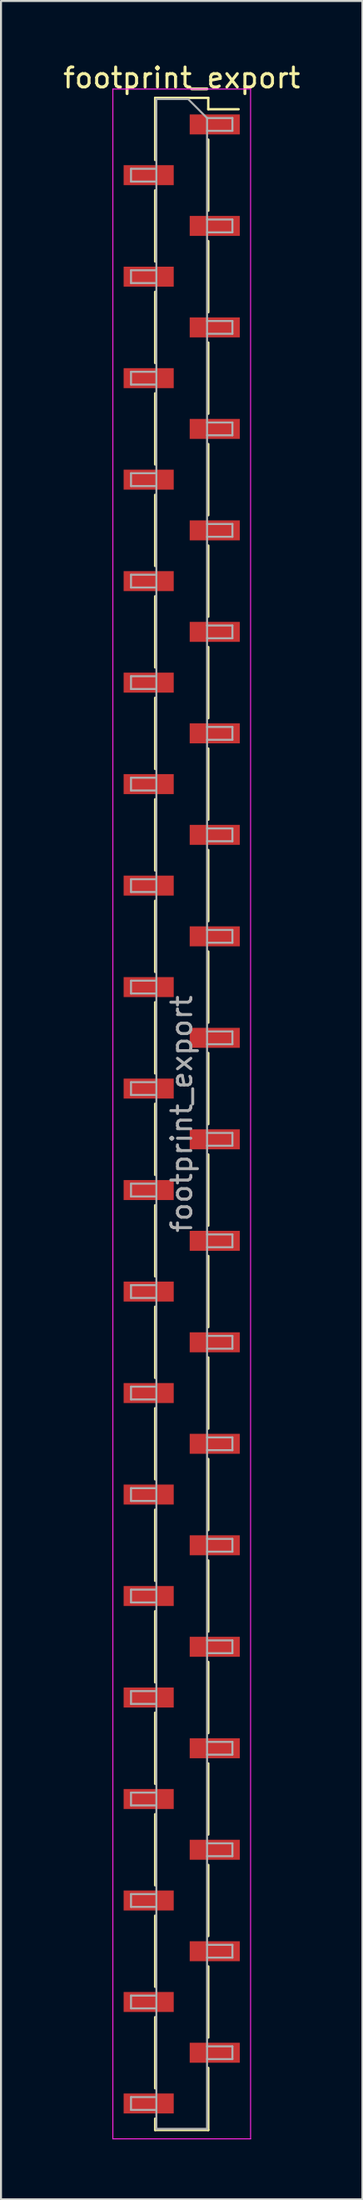
<source format=kicad_pcb>
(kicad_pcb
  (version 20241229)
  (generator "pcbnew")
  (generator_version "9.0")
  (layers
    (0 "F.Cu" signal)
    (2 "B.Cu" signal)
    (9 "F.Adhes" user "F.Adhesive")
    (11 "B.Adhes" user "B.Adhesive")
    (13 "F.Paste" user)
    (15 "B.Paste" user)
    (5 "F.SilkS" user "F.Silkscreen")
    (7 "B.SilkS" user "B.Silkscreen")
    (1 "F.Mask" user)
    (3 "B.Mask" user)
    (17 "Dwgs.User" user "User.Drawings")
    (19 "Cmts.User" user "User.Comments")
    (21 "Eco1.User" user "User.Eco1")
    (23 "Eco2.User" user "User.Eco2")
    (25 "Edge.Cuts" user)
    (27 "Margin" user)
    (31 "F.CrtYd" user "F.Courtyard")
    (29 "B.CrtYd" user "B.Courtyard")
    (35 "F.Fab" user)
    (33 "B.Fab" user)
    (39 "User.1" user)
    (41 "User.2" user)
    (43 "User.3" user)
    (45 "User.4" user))
  (footprint "footprint_export"
    (layer "F.Cu")
    (at 6.054 52.708)
    (property "Reference" "footprint_export" (at 0 -51.86 0) (layer "F.SilkS") (effects (font (size 1 1) (thickness 0.15))))
    (attr smd)
    (fp_line (start -1.33 -50.86) (end -1.33 -47.75) (stroke (width 0.12) (type solid)) (layer "F.SilkS"))
    (fp_line (start -1.33 -50.86) (end 1.33 -50.86) (stroke (width 0.12) (type solid)) (layer "F.SilkS"))
    (fp_line (start -1.33 -46.23) (end -1.33 -42.67) (stroke (width 0.12) (type solid)) (layer "F.SilkS"))
    (fp_line (start -1.33 -41.15) (end -1.33 -37.59) (stroke (width 0.12) (type solid)) (layer "F.SilkS"))
    (fp_line (start -1.33 -36.07) (end -1.33 -32.51) (stroke (width 0.12) (type solid)) (layer "F.SilkS"))
    (fp_line (start -1.33 -30.99) (end -1.33 -27.43) (stroke (width 0.12) (type solid)) (layer "F.SilkS"))
    (fp_line (start -1.33 -25.91) (end -1.33 -22.35) (stroke (width 0.12) (type solid)) (layer "F.SilkS"))
    (fp_line (start -1.33 -20.83) (end -1.33 -17.27) (stroke (width 0.12) (type solid)) (layer "F.SilkS"))
    (fp_line (start -1.33 -15.75) (end -1.33 -12.19) (stroke (width 0.12) (type solid)) (layer "F.SilkS"))
    (fp_line (start -1.33 -10.67) (end -1.33 -7.11) (stroke (width 0.12) (type solid)) (layer "F.SilkS"))
    (fp_line (start -1.33 -5.59) (end -1.33 -2.03) (stroke (width 0.12) (type solid)) (layer "F.SilkS"))
    (fp_line (start -1.33 -0.51) (end -1.33 3.05) (stroke (width 0.12) (type solid)) (layer "F.SilkS"))
    (fp_line (start -1.33 4.57) (end -1.33 8.13) (stroke (width 0.12) (type solid)) (layer "F.SilkS"))
    (fp_line (start -1.33 9.65) (end -1.33 13.21) (stroke (width 0.12) (type solid)) (layer "F.SilkS"))
    (fp_line (start -1.33 14.73) (end -1.33 18.29) (stroke (width 0.12) (type solid)) (layer "F.SilkS"))
    (fp_line (start -1.33 19.81) (end -1.33 23.37) (stroke (width 0.12) (type solid)) (layer "F.SilkS"))
    (fp_line (start -1.33 24.89) (end -1.33 28.45) (stroke (width 0.12) (type solid)) (layer "F.SilkS"))
    (fp_line (start -1.33 29.97) (end -1.33 33.53) (stroke (width 0.12) (type solid)) (layer "F.SilkS"))
    (fp_line (start -1.33 35.05) (end -1.33 38.61) (stroke (width 0.12) (type solid)) (layer "F.SilkS"))
    (fp_line (start -1.33 40.13) (end -1.33 43.69) (stroke (width 0.12) (type solid)) (layer "F.SilkS"))
    (fp_line (start -1.33 45.21) (end -1.33 48.77) (stroke (width 0.12) (type solid)) (layer "F.SilkS"))
    (fp_line (start -1.33 50.29) (end -1.33 50.86) (stroke (width 0.12) (type solid)) (layer "F.SilkS"))
    (fp_line (start -1.33 50.86) (end 1.33 50.86) (stroke (width 0.12) (type solid)) (layer "F.SilkS"))
    (fp_line (start 1.33 -50.86) (end 1.33 -50.29) (stroke (width 0.12) (type solid)) (layer "F.SilkS"))
    (fp_line (start 1.33 -50.29) (end 2.85 -50.29) (stroke (width 0.12) (type solid)) (layer "F.SilkS"))
    (fp_line (start 1.33 -48.77) (end 1.33 -45.21) (stroke (width 0.12) (type solid)) (layer "F.SilkS"))
    (fp_line (start 1.33 -43.69) (end 1.33 -40.13) (stroke (width 0.12) (type solid)) (layer "F.SilkS"))
    (fp_line (start 1.33 -38.61) (end 1.33 -35.05) (stroke (width 0.12) (type solid)) (layer "F.SilkS"))
    (fp_line (start 1.33 -33.53) (end 1.33 -29.97) (stroke (width 0.12) (type solid)) (layer "F.SilkS"))
    (fp_line (start 1.33 -28.45) (end 1.33 -24.89) (stroke (width 0.12) (type solid)) (layer "F.SilkS"))
    (fp_line (start 1.33 -23.37) (end 1.33 -19.81) (stroke (width 0.12) (type solid)) (layer "F.SilkS"))
    (fp_line (start 1.33 -18.29) (end 1.33 -14.73) (stroke (width 0.12) (type solid)) (layer "F.SilkS"))
    (fp_line (start 1.33 -13.21) (end 1.33 -9.65) (stroke (width 0.12) (type solid)) (layer "F.SilkS"))
    (fp_line (start 1.33 -8.13) (end 1.33 -4.57) (stroke (width 0.12) (type solid)) (layer "F.SilkS"))
    (fp_line (start 1.33 -3.05) (end 1.33 0.51) (stroke (width 0.12) (type solid)) (layer "F.SilkS"))
    (fp_line (start 1.33 2.03) (end 1.33 5.59) (stroke (width 0.12) (type solid)) (layer "F.SilkS"))
    (fp_line (start 1.33 7.11) (end 1.33 10.67) (stroke (width 0.12) (type solid)) (layer "F.SilkS"))
    (fp_line (start 1.33 12.19) (end 1.33 15.75) (stroke (width 0.12) (type solid)) (layer "F.SilkS"))
    (fp_line (start 1.33 17.27) (end 1.33 20.83) (stroke (width 0.12) (type solid)) (layer "F.SilkS"))
    (fp_line (start 1.33 22.35) (end 1.33 25.91) (stroke (width 0.12) (type solid)) (layer "F.SilkS"))
    (fp_line (start 1.33 27.43) (end 1.33 30.99) (stroke (width 0.12) (type solid)) (layer "F.SilkS"))
    (fp_line (start 1.33 32.51) (end 1.33 36.07) (stroke (width 0.12) (type solid)) (layer "F.SilkS"))
    (fp_line (start 1.33 37.59) (end 1.33 41.15) (stroke (width 0.12) (type solid)) (layer "F.SilkS"))
    (fp_line (start 1.33 42.67) (end 1.33 46.23) (stroke (width 0.12) (type solid)) (layer "F.SilkS"))
    (fp_line (start 1.33 47.75) (end 1.33 50.86) (stroke (width 0.12) (type solid)) (layer "F.SilkS"))
    (fp_line (start -3.45 -51.3) (end -3.45 51.3) (stroke (width 0.05) (type solid)) (layer "F.CrtYd"))
    (fp_line (start -3.45 51.3) (end 3.45 51.3) (stroke (width 0.05) (type solid)) (layer "F.CrtYd"))
    (fp_line (start 3.45 -51.3) (end -3.45 -51.3) (stroke (width 0.05) (type solid)) (layer "F.CrtYd"))
    (fp_line (start 3.45 51.3) (end 3.45 -51.3) (stroke (width 0.05) (type solid)) (layer "F.CrtYd"))
    (fp_line (start -2.54 -47.31) (end -2.54 -46.67) (stroke (width 0.1) (type solid)) (layer "F.Fab"))
    (fp_line (start -2.54 -46.67) (end -1.27 -46.67) (stroke (width 0.1) (type solid)) (layer "F.Fab"))
    (fp_line (start -2.54 -42.23) (end -2.54 -41.59) (stroke (width 0.1) (type solid)) (layer "F.Fab"))
    (fp_line (start -2.54 -41.59) (end -1.27 -41.59) (stroke (width 0.1) (type solid)) (layer "F.Fab"))
    (fp_line (start -2.54 -37.15) (end -2.54 -36.51) (stroke (width 0.1) (type solid)) (layer "F.Fab"))
    (fp_line (start -2.54 -36.51) (end -1.27 -36.51) (stroke (width 0.1) (type solid)) (layer "F.Fab"))
    (fp_line (start -2.54 -32.07) (end -2.54 -31.43) (stroke (width 0.1) (type solid)) (layer "F.Fab"))
    (fp_line (start -2.54 -31.43) (end -1.27 -31.43) (stroke (width 0.1) (type solid)) (layer "F.Fab"))
    (fp_line (start -2.54 -26.99) (end -2.54 -26.35) (stroke (width 0.1) (type solid)) (layer "F.Fab"))
    (fp_line (start -2.54 -26.35) (end -1.27 -26.35) (stroke (width 0.1) (type solid)) (layer "F.Fab"))
    (fp_line (start -2.54 -21.91) (end -2.54 -21.27) (stroke (width 0.1) (type solid)) (layer "F.Fab"))
    (fp_line (start -2.54 -21.27) (end -1.27 -21.27) (stroke (width 0.1) (type solid)) (layer "F.Fab"))
    (fp_line (start -2.54 -16.83) (end -2.54 -16.19) (stroke (width 0.1) (type solid)) (layer "F.Fab"))
    (fp_line (start -2.54 -16.19) (end -1.27 -16.19) (stroke (width 0.1) (type solid)) (layer "F.Fab"))
    (fp_line (start -2.54 -11.75) (end -2.54 -11.11) (stroke (width 0.1) (type solid)) (layer "F.Fab"))
    (fp_line (start -2.54 -11.11) (end -1.27 -11.11) (stroke (width 0.1) (type solid)) (layer "F.Fab"))
    (fp_line (start -2.54 -6.67) (end -2.54 -6.03) (stroke (width 0.1) (type solid)) (layer "F.Fab"))
    (fp_line (start -2.54 -6.03) (end -1.27 -6.03) (stroke (width 0.1) (type solid)) (layer "F.Fab"))
    (fp_line (start -2.54 -1.59) (end -2.54 -0.95) (stroke (width 0.1) (type solid)) (layer "F.Fab"))
    (fp_line (start -2.54 -0.95) (end -1.27 -0.95) (stroke (width 0.1) (type solid)) (layer "F.Fab"))
    (fp_line (start -2.54 3.49) (end -2.54 4.13) (stroke (width 0.1) (type solid)) (layer "F.Fab"))
    (fp_line (start -2.54 4.13) (end -1.27 4.13) (stroke (width 0.1) (type solid)) (layer "F.Fab"))
    (fp_line (start -2.54 8.57) (end -2.54 9.21) (stroke (width 0.1) (type solid)) (layer "F.Fab"))
    (fp_line (start -2.54 9.21) (end -1.27 9.21) (stroke (width 0.1) (type solid)) (layer "F.Fab"))
    (fp_line (start -2.54 13.65) (end -2.54 14.29) (stroke (width 0.1) (type solid)) (layer "F.Fab"))
    (fp_line (start -2.54 14.29) (end -1.27 14.29) (stroke (width 0.1) (type solid)) (layer "F.Fab"))
    (fp_line (start -2.54 18.73) (end -2.54 19.37) (stroke (width 0.1) (type solid)) (layer "F.Fab"))
    (fp_line (start -2.54 19.37) (end -1.27 19.37) (stroke (width 0.1) (type solid)) (layer "F.Fab"))
    (fp_line (start -2.54 23.81) (end -2.54 24.45) (stroke (width 0.1) (type solid)) (layer "F.Fab"))
    (fp_line (start -2.54 24.45) (end -1.27 24.45) (stroke (width 0.1) (type solid)) (layer "F.Fab"))
    (fp_line (start -2.54 28.89) (end -2.54 29.53) (stroke (width 0.1) (type solid)) (layer "F.Fab"))
    (fp_line (start -2.54 29.53) (end -1.27 29.53) (stroke (width 0.1) (type solid)) (layer "F.Fab"))
    (fp_line (start -2.54 33.97) (end -2.54 34.61) (stroke (width 0.1) (type solid)) (layer "F.Fab"))
    (fp_line (start -2.54 34.61) (end -1.27 34.61) (stroke (width 0.1) (type solid)) (layer "F.Fab"))
    (fp_line (start -2.54 39.05) (end -2.54 39.69) (stroke (width 0.1) (type solid)) (layer "F.Fab"))
    (fp_line (start -2.54 39.69) (end -1.27 39.69) (stroke (width 0.1) (type solid)) (layer "F.Fab"))
    (fp_line (start -2.54 44.13) (end -2.54 44.77) (stroke (width 0.1) (type solid)) (layer "F.Fab"))
    (fp_line (start -2.54 44.77) (end -1.27 44.77) (stroke (width 0.1) (type solid)) (layer "F.Fab"))
    (fp_line (start -2.54 49.21) (end -2.54 49.85) (stroke (width 0.1) (type solid)) (layer "F.Fab"))
    (fp_line (start -2.54 49.85) (end -1.27 49.85) (stroke (width 0.1) (type solid)) (layer "F.Fab"))
    (fp_line (start -1.27 -50.8) (end -1.27 50.8) (stroke (width 0.1) (type solid)) (layer "F.Fab"))
    (fp_line (start -1.27 -50.8) (end 0.32 -50.8) (stroke (width 0.1) (type solid)) (layer "F.Fab"))
    (fp_line (start -1.27 -47.31) (end -2.54 -47.31) (stroke (width 0.1) (type solid)) (layer "F.Fab"))
    (fp_line (start -1.27 -42.23) (end -2.54 -42.23) (stroke (width 0.1) (type solid)) (layer "F.Fab"))
    (fp_line (start -1.27 -37.15) (end -2.54 -37.15) (stroke (width 0.1) (type solid)) (layer "F.Fab"))
    (fp_line (start -1.27 -32.07) (end -2.54 -32.07) (stroke (width 0.1) (type solid)) (layer "F.Fab"))
    (fp_line (start -1.27 -26.99) (end -2.54 -26.99) (stroke (width 0.1) (type solid)) (layer "F.Fab"))
    (fp_line (start -1.27 -21.91) (end -2.54 -21.91) (stroke (width 0.1) (type solid)) (layer "F.Fab"))
    (fp_line (start -1.27 -16.83) (end -2.54 -16.83) (stroke (width 0.1) (type solid)) (layer "F.Fab"))
    (fp_line (start -1.27 -11.75) (end -2.54 -11.75) (stroke (width 0.1) (type solid)) (layer "F.Fab"))
    (fp_line (start -1.27 -6.67) (end -2.54 -6.67) (stroke (width 0.1) (type solid)) (layer "F.Fab"))
    (fp_line (start -1.27 -1.59) (end -2.54 -1.59) (stroke (width 0.1) (type solid)) (layer "F.Fab"))
    (fp_line (start -1.27 3.49) (end -2.54 3.49) (stroke (width 0.1) (type solid)) (layer "F.Fab"))
    (fp_line (start -1.27 8.57) (end -2.54 8.57) (stroke (width 0.1) (type solid)) (layer "F.Fab"))
    (fp_line (start -1.27 13.65) (end -2.54 13.65) (stroke (width 0.1) (type solid)) (layer "F.Fab"))
    (fp_line (start -1.27 18.73) (end -2.54 18.73) (stroke (width 0.1) (type solid)) (layer "F.Fab"))
    (fp_line (start -1.27 23.81) (end -2.54 23.81) (stroke (width 0.1) (type solid)) (layer "F.Fab"))
    (fp_line (start -1.27 28.89) (end -2.54 28.89) (stroke (width 0.1) (type solid)) (layer "F.Fab"))
    (fp_line (start -1.27 33.97) (end -2.54 33.97) (stroke (width 0.1) (type solid)) (layer "F.Fab"))
    (fp_line (start -1.27 39.05) (end -2.54 39.05) (stroke (width 0.1) (type solid)) (layer "F.Fab"))
    (fp_line (start -1.27 44.13) (end -2.54 44.13) (stroke (width 0.1) (type solid)) (layer "F.Fab"))
    (fp_line (start -1.27 49.21) (end -2.54 49.21) (stroke (width 0.1) (type solid)) (layer "F.Fab"))
    (fp_line (start 1.27 -49.85) (end 0.32 -50.8) (stroke (width 0.1) (type solid)) (layer "F.Fab"))
    (fp_line (start 1.27 -49.85) (end 2.54 -49.85) (stroke (width 0.1) (type solid)) (layer "F.Fab"))
    (fp_line (start 1.27 -44.77) (end 2.54 -44.77) (stroke (width 0.1) (type solid)) (layer "F.Fab"))
    (fp_line (start 1.27 -39.69) (end 2.54 -39.69) (stroke (width 0.1) (type solid)) (layer "F.Fab"))
    (fp_line (start 1.27 -34.61) (end 2.54 -34.61) (stroke (width 0.1) (type solid)) (layer "F.Fab"))
    (fp_line (start 1.27 -29.53) (end 2.54 -29.53) (stroke (width 0.1) (type solid)) (layer "F.Fab"))
    (fp_line (start 1.27 -24.45) (end 2.54 -24.45) (stroke (width 0.1) (type solid)) (layer "F.Fab"))
    (fp_line (start 1.27 -19.37) (end 2.54 -19.37) (stroke (width 0.1) (type solid)) (layer "F.Fab"))
    (fp_line (start 1.27 -14.29) (end 2.54 -14.29) (stroke (width 0.1) (type solid)) (layer "F.Fab"))
    (fp_line (start 1.27 -9.21) (end 2.54 -9.21) (stroke (width 0.1) (type solid)) (layer "F.Fab"))
    (fp_line (start 1.27 -4.13) (end 2.54 -4.13) (stroke (width 0.1) (type solid)) (layer "F.Fab"))
    (fp_line (start 1.27 0.95) (end 2.54 0.95) (stroke (width 0.1) (type solid)) (layer "F.Fab"))
    (fp_line (start 1.27 6.03) (end 2.54 6.03) (stroke (width 0.1) (type solid)) (layer "F.Fab"))
    (fp_line (start 1.27 11.11) (end 2.54 11.11) (stroke (width 0.1) (type solid)) (layer "F.Fab"))
    (fp_line (start 1.27 16.19) (end 2.54 16.19) (stroke (width 0.1) (type solid)) (layer "F.Fab"))
    (fp_line (start 1.27 21.27) (end 2.54 21.27) (stroke (width 0.1) (type solid)) (layer "F.Fab"))
    (fp_line (start 1.27 26.35) (end 2.54 26.35) (stroke (width 0.1) (type solid)) (layer "F.Fab"))
    (fp_line (start 1.27 31.43) (end 2.54 31.43) (stroke (width 0.1) (type solid)) (layer "F.Fab"))
    (fp_line (start 1.27 36.51) (end 2.54 36.51) (stroke (width 0.1) (type solid)) (layer "F.Fab"))
    (fp_line (start 1.27 41.59) (end 2.54 41.59) (stroke (width 0.1) (type solid)) (layer "F.Fab"))
    (fp_line (start 1.27 46.67) (end 2.54 46.67) (stroke (width 0.1) (type solid)) (layer "F.Fab"))
    (fp_line (start 1.27 50.8) (end -1.27 50.8) (stroke (width 0.1) (type solid)) (layer "F.Fab"))
    (fp_line (start 1.27 50.8) (end 1.27 -49.85) (stroke (width 0.1) (type solid)) (layer "F.Fab"))
    (fp_line (start 2.54 -49.85) (end 2.54 -49.21) (stroke (width 0.1) (type solid)) (layer "F.Fab"))
    (fp_line (start 2.54 -49.21) (end 1.27 -49.21) (stroke (width 0.1) (type solid)) (layer "F.Fab"))
    (fp_line (start 2.54 -44.77) (end 2.54 -44.13) (stroke (width 0.1) (type solid)) (layer "F.Fab"))
    (fp_line (start 2.54 -44.13) (end 1.27 -44.13) (stroke (width 0.1) (type solid)) (layer "F.Fab"))
    (fp_line (start 2.54 -39.69) (end 2.54 -39.05) (stroke (width 0.1) (type solid)) (layer "F.Fab"))
    (fp_line (start 2.54 -39.05) (end 1.27 -39.05) (stroke (width 0.1) (type solid)) (layer "F.Fab"))
    (fp_line (start 2.54 -34.61) (end 2.54 -33.97) (stroke (width 0.1) (type solid)) (layer "F.Fab"))
    (fp_line (start 2.54 -33.97) (end 1.27 -33.97) (stroke (width 0.1) (type solid)) (layer "F.Fab"))
    (fp_line (start 2.54 -29.53) (end 2.54 -28.89) (stroke (width 0.1) (type solid)) (layer "F.Fab"))
    (fp_line (start 2.54 -28.89) (end 1.27 -28.89) (stroke (width 0.1) (type solid)) (layer "F.Fab"))
    (fp_line (start 2.54 -24.45) (end 2.54 -23.81) (stroke (width 0.1) (type solid)) (layer "F.Fab"))
    (fp_line (start 2.54 -23.81) (end 1.27 -23.81) (stroke (width 0.1) (type solid)) (layer "F.Fab"))
    (fp_line (start 2.54 -19.37) (end 2.54 -18.73) (stroke (width 0.1) (type solid)) (layer "F.Fab"))
    (fp_line (start 2.54 -18.73) (end 1.27 -18.73) (stroke (width 0.1) (type solid)) (layer "F.Fab"))
    (fp_line (start 2.54 -14.29) (end 2.54 -13.65) (stroke (width 0.1) (type solid)) (layer "F.Fab"))
    (fp_line (start 2.54 -13.65) (end 1.27 -13.65) (stroke (width 0.1) (type solid)) (layer "F.Fab"))
    (fp_line (start 2.54 -9.21) (end 2.54 -8.57) (stroke (width 0.1) (type solid)) (layer "F.Fab"))
    (fp_line (start 2.54 -8.57) (end 1.27 -8.57) (stroke (width 0.1) (type solid)) (layer "F.Fab"))
    (fp_line (start 2.54 -4.13) (end 2.54 -3.49) (stroke (width 0.1) (type solid)) (layer "F.Fab"))
    (fp_line (start 2.54 -3.49) (end 1.27 -3.49) (stroke (width 0.1) (type solid)) (layer "F.Fab"))
    (fp_line (start 2.54 0.95) (end 2.54 1.59) (stroke (width 0.1) (type solid)) (layer "F.Fab"))
    (fp_line (start 2.54 1.59) (end 1.27 1.59) (stroke (width 0.1) (type solid)) (layer "F.Fab"))
    (fp_line (start 2.54 6.03) (end 2.54 6.67) (stroke (width 0.1) (type solid)) (layer "F.Fab"))
    (fp_line (start 2.54 6.67) (end 1.27 6.67) (stroke (width 0.1) (type solid)) (layer "F.Fab"))
    (fp_line (start 2.54 11.11) (end 2.54 11.75) (stroke (width 0.1) (type solid)) (layer "F.Fab"))
    (fp_line (start 2.54 11.75) (end 1.27 11.75) (stroke (width 0.1) (type solid)) (layer "F.Fab"))
    (fp_line (start 2.54 16.19) (end 2.54 16.83) (stroke (width 0.1) (type solid)) (layer "F.Fab"))
    (fp_line (start 2.54 16.83) (end 1.27 16.83) (stroke (width 0.1) (type solid)) (layer "F.Fab"))
    (fp_line (start 2.54 21.27) (end 2.54 21.91) (stroke (width 0.1) (type solid)) (layer "F.Fab"))
    (fp_line (start 2.54 21.91) (end 1.27 21.91) (stroke (width 0.1) (type solid)) (layer "F.Fab"))
    (fp_line (start 2.54 26.35) (end 2.54 26.99) (stroke (width 0.1) (type solid)) (layer "F.Fab"))
    (fp_line (start 2.54 26.99) (end 1.27 26.99) (stroke (width 0.1) (type solid)) (layer "F.Fab"))
    (fp_line (start 2.54 31.43) (end 2.54 32.07) (stroke (width 0.1) (type solid)) (layer "F.Fab"))
    (fp_line (start 2.54 32.07) (end 1.27 32.07) (stroke (width 0.1) (type solid)) (layer "F.Fab"))
    (fp_line (start 2.54 36.51) (end 2.54 37.15) (stroke (width 0.1) (type solid)) (layer "F.Fab"))
    (fp_line (start 2.54 37.15) (end 1.27 37.15) (stroke (width 0.1) (type solid)) (layer "F.Fab"))
    (fp_line (start 2.54 41.59) (end 2.54 42.23) (stroke (width 0.1) (type solid)) (layer "F.Fab"))
    (fp_line (start 2.54 42.23) (end 1.27 42.23) (stroke (width 0.1) (type solid)) (layer "F.Fab"))
    (fp_line (start 2.54 46.67) (end 2.54 47.31) (stroke (width 0.1) (type solid)) (layer "F.Fab"))
    (fp_line (start 2.54 47.31) (end 1.27 47.31) (stroke (width 0.1) (type solid)) (layer "F.Fab"))
    (fp_text user "${REFERENCE}" (at 0 0 90) (layer "F.Fab") (effects (font (size 1 1) (thickness 0.15))))
    (pad "1" smd rect (at 1.655 -49.53) (size 2.51 1) (layers "F.Cu" "F.Mask" "F.Paste"))
    (pad "2" smd rect (at -1.655 -46.99) (size 2.51 1) (layers "F.Cu" "F.Mask" "F.Paste"))
    (pad "3" smd rect (at 1.655 -44.45) (size 2.51 1) (layers "F.Cu" "F.Mask" "F.Paste"))
    (pad "4" smd rect (at -1.655 -41.91) (size 2.51 1) (layers "F.Cu" "F.Mask" "F.Paste"))
    (pad "5" smd rect (at 1.655 -39.37) (size 2.51 1) (layers "F.Cu" "F.Mask" "F.Paste"))
    (pad "6" smd rect (at -1.655 -36.83) (size 2.51 1) (layers "F.Cu" "F.Mask" "F.Paste"))
    (pad "7" smd rect (at 1.655 -34.29) (size 2.51 1) (layers "F.Cu" "F.Mask" "F.Paste"))
    (pad "8" smd rect (at -1.655 -31.75) (size 2.51 1) (layers "F.Cu" "F.Mask" "F.Paste"))
    (pad "9" smd rect (at 1.655 -29.21) (size 2.51 1) (layers "F.Cu" "F.Mask" "F.Paste"))
    (pad "10" smd rect (at -1.655 -26.67) (size 2.51 1) (layers "F.Cu" "F.Mask" "F.Paste"))
    (pad "11" smd rect (at 1.655 -24.13) (size 2.51 1) (layers "F.Cu" "F.Mask" "F.Paste"))
    (pad "12" smd rect (at -1.655 -21.59) (size 2.51 1) (layers "F.Cu" "F.Mask" "F.Paste"))
    (pad "13" smd rect (at 1.655 -19.05) (size 2.51 1) (layers "F.Cu" "F.Mask" "F.Paste"))
    (pad "14" smd rect (at -1.655 -16.51) (size 2.51 1) (layers "F.Cu" "F.Mask" "F.Paste"))
    (pad "15" smd rect (at 1.655 -13.97) (size 2.51 1) (layers "F.Cu" "F.Mask" "F.Paste"))
    (pad "16" smd rect (at -1.655 -11.43) (size 2.51 1) (layers "F.Cu" "F.Mask" "F.Paste"))
    (pad "17" smd rect (at 1.655 -8.89) (size 2.51 1) (layers "F.Cu" "F.Mask" "F.Paste"))
    (pad "18" smd rect (at -1.655 -6.35) (size 2.51 1) (layers "F.Cu" "F.Mask" "F.Paste"))
    (pad "19" smd rect (at 1.655 -3.81) (size 2.51 1) (layers "F.Cu" "F.Mask" "F.Paste"))
    (pad "20" smd rect (at -1.655 -1.27) (size 2.51 1) (layers "F.Cu" "F.Mask" "F.Paste"))
    (pad "21" smd rect (at 1.655 1.27) (size 2.51 1) (layers "F.Cu" "F.Mask" "F.Paste"))
    (pad "22" smd rect (at -1.655 3.81) (size 2.51 1) (layers "F.Cu" "F.Mask" "F.Paste"))
    (pad "23" smd rect (at 1.655 6.35) (size 2.51 1) (layers "F.Cu" "F.Mask" "F.Paste"))
    (pad "24" smd rect (at -1.655 8.89) (size 2.51 1) (layers "F.Cu" "F.Mask" "F.Paste"))
    (pad "25" smd rect (at 1.655 11.43) (size 2.51 1) (layers "F.Cu" "F.Mask" "F.Paste"))
    (pad "26" smd rect (at -1.655 13.97) (size 2.51 1) (layers "F.Cu" "F.Mask" "F.Paste"))
    (pad "27" smd rect (at 1.655 16.51) (size 2.51 1) (layers "F.Cu" "F.Mask" "F.Paste"))
    (pad "28" smd rect (at -1.655 19.05) (size 2.51 1) (layers "F.Cu" "F.Mask" "F.Paste"))
    (pad "29" smd rect (at 1.655 21.59) (size 2.51 1) (layers "F.Cu" "F.Mask" "F.Paste"))
    (pad "30" smd rect (at -1.655 24.13) (size 2.51 1) (layers "F.Cu" "F.Mask" "F.Paste"))
    (pad "31" smd rect (at 1.655 26.67) (size 2.51 1) (layers "F.Cu" "F.Mask" "F.Paste"))
    (pad "32" smd rect (at -1.655 29.21) (size 2.51 1) (layers "F.Cu" "F.Mask" "F.Paste"))
    (pad "33" smd rect (at 1.655 31.75) (size 2.51 1) (layers "F.Cu" "F.Mask" "F.Paste"))
    (pad "34" smd rect (at -1.655 34.29) (size 2.51 1) (layers "F.Cu" "F.Mask" "F.Paste"))
    (pad "35" smd rect (at 1.655 36.83) (size 2.51 1) (layers "F.Cu" "F.Mask" "F.Paste"))
    (pad "36" smd rect (at -1.655 39.37) (size 2.51 1) (layers "F.Cu" "F.Mask" "F.Paste"))
    (pad "37" smd rect (at 1.655 41.91) (size 2.51 1) (layers "F.Cu" "F.Mask" "F.Paste"))
    (pad "38" smd rect (at -1.655 44.45) (size 2.51 1) (layers "F.Cu" "F.Mask" "F.Paste"))
    (pad "39" smd rect (at 1.655 46.99) (size 2.51 1) (layers "F.Cu" "F.Mask" "F.Paste"))
    (pad "40" smd rect (at -1.655 49.53) (size 2.51 1) (layers "F.Cu" "F.Mask" "F.Paste")))
  (gr_rect
    (start -3 -3)
    (end 15.107 107.033)
    (stroke (width 0.1) (type default))
    (fill no)
    (layer "Edge.Cuts")))
</source>
